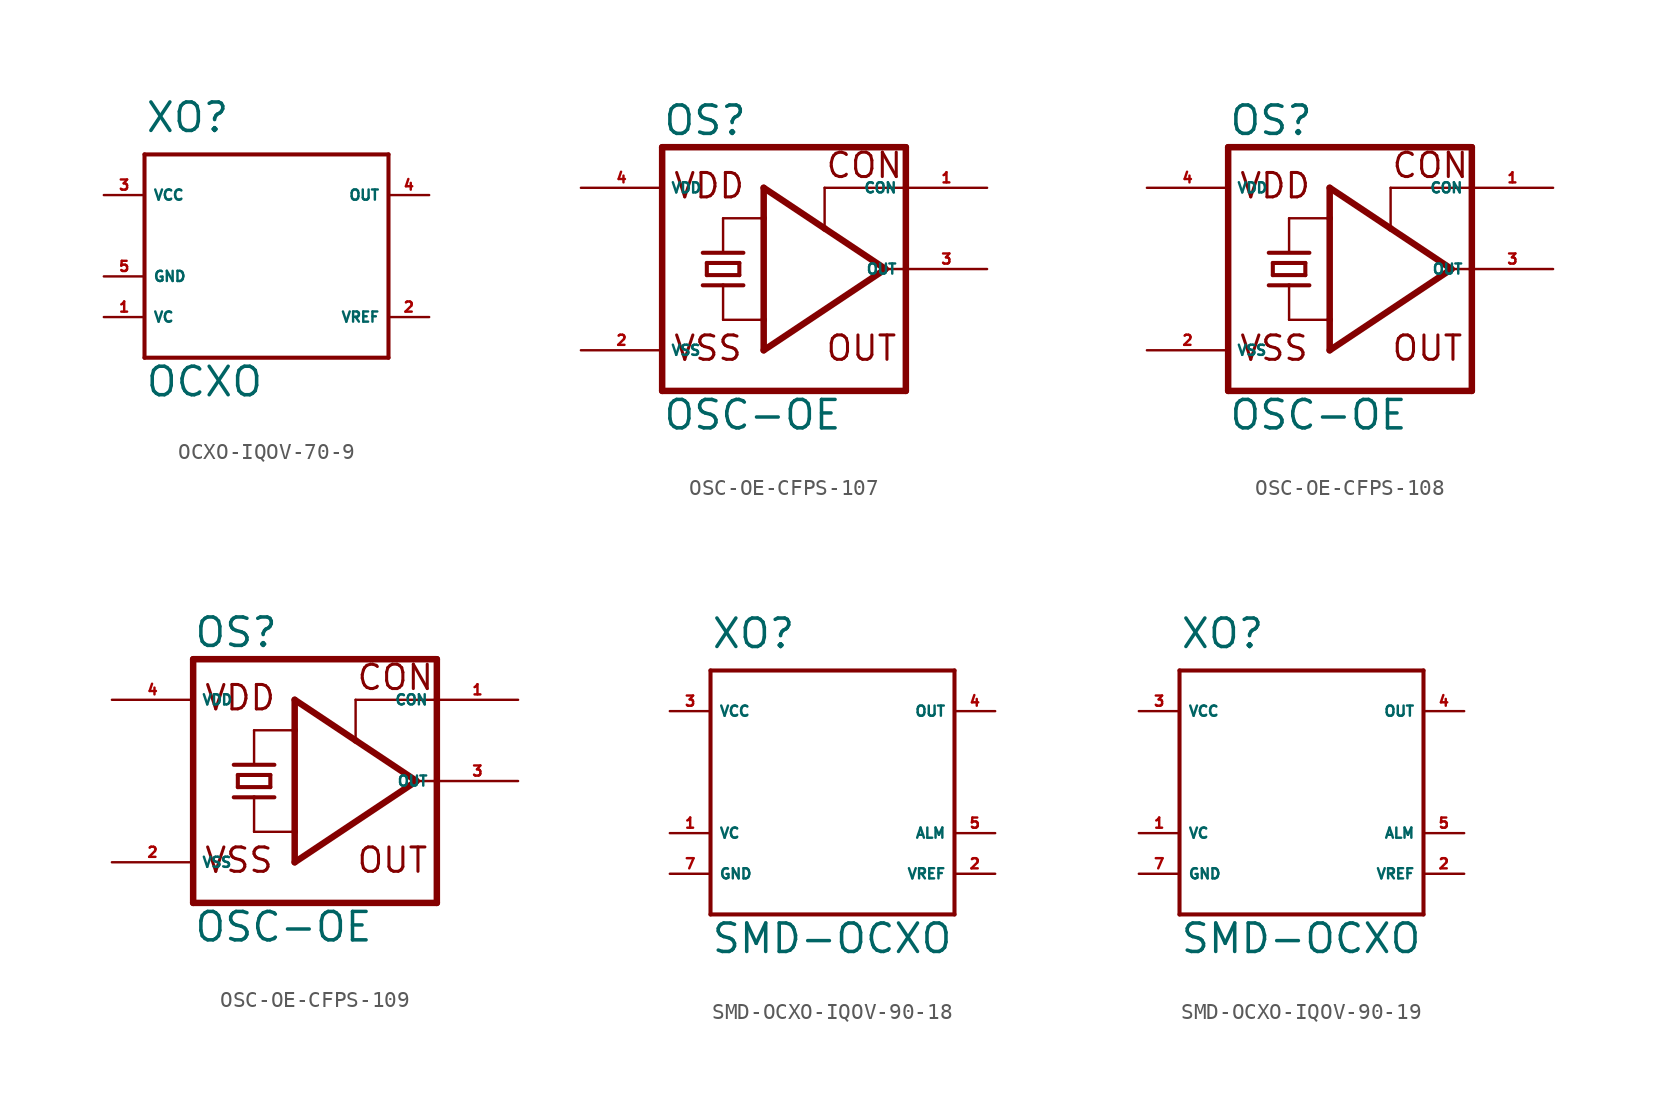
<source format=kicad_sym>
(kicad_symbol_lib
  (version 20220914)
  (generator Eagle2Kicad)
  (symbol "OCXO-IQOV-70-9"
    (property "Reference" "XO"
      (at -7.62 8.89 0)
      (effects (font (size 1.778 1.778) (thickness 0.22)) (justify left bottom)))
    (property "Value" "OCXO"
      (at -7.62 -7.62 0)
      (effects (font (size 1.778 1.778) (thickness 0.22)) (justify left bottom)))
    (polyline
      (pts (xy -7.62 7.62) (xy -7.62 -5.08))
      (stroke (width 0.254) (type default))
      (fill (type none)))
    (polyline
      (pts (xy -7.62 -5.08) (xy 7.62 -5.08))
      (stroke (width 0.254) (type default))
      (fill (type none)))
    (polyline
      (pts (xy 7.62 -5.08) (xy 7.62 7.62))
      (stroke (width 0.254) (type default))
      (fill (type none)))
    (polyline
      (pts (xy 7.62 7.62) (xy -7.62 7.62))
      (stroke (width 0.254) (type default))
      (fill (type none)))
    (pin unspecified line
      (at -10.16 5.08 0)
      (length 2.54)
      (name "VCC" (effects (font (size 0.635 0.635) (thickness 0.08)) (justify left bottom)))
      (number "3" (effects (font (size 0.635 0.635) (thickness 0.08)) (justify left bottom))))
    (pin unspecified line
      (at -10.16 0 0)
      (length 2.54)
      (name "GND" (effects (font (size 0.635 0.635) (thickness 0.08)) (justify left bottom)))
      (number "5" (effects (font (size 0.635 0.635) (thickness 0.08)) (justify left bottom))))
    (pin output line
      (at 10.16 5.08 180)
      (length 2.54)
      (name "OUT" (effects (font (size 0.635 0.635) (thickness 0.08)) (justify left bottom)))
      (number "4" (effects (font (size 0.635 0.635) (thickness 0.08)) (justify left bottom))))
    (pin input line
      (at -10.16 -2.54 0)
      (length 2.54)
      (name "VC" (effects (font (size 0.635 0.635) (thickness 0.08)) (justify left bottom)))
      (number "1" (effects (font (size 0.635 0.635) (thickness 0.08)) (justify left bottom))))
    (pin output line
      (at 10.16 -2.54 180)
      (length 2.54)
      (name "VREF" (effects (font (size 0.635 0.635) (thickness 0.08)) (justify left bottom)))
      (number "2" (effects (font (size 0.635 0.635) (thickness 0.08)) (justify left bottom)))))
  (symbol "OSC-OE-CFPS-107"
    (property "Reference" "OS"
      (at -7.62 8.255 0)
      (effects (font (size 1.778 1.778) (thickness 0.22)) (justify left bottom)))
    (property "Value" "OSC-OE"
      (at -7.62 -10.16 0)
      (effects (font (size 1.778 1.778) (thickness 0.22)) (justify left bottom)))
    (polyline
      (pts (xy -7.62 7.62) (xy -7.62 -7.62))
      (stroke (width 0.406) (type default))
      (fill (type none)))
    (polyline
      (pts (xy 7.62 -7.62) (xy -7.62 -7.62))
      (stroke (width 0.406) (type default))
      (fill (type none)))
    (polyline
      (pts (xy 7.62 -7.62) (xy 7.62 0))
      (stroke (width 0.406) (type default))
      (fill (type none)))
    (polyline
      (pts (xy 7.62 0) (xy 7.62 5.08))
      (stroke (width 0.406) (type default))
      (fill (type none)))
    (polyline
      (pts (xy 7.62 5.08) (xy 7.62 7.62))
      (stroke (width 0.406) (type default))
      (fill (type none)))
    (polyline
      (pts (xy -7.62 7.62) (xy 7.62 7.62))
      (stroke (width 0.406) (type default))
      (fill (type none)))
    (polyline
      (pts (xy -1.27 5.08) (xy 2.54 2.54))
      (stroke (width 0.406) (type default))
      (fill (type none)))
    (polyline
      (pts (xy 2.54 2.54) (xy 6.35 0))
      (stroke (width 0.406) (type default))
      (fill (type none)))
    (polyline
      (pts (xy 6.35 0) (xy -1.27 -5.08))
      (stroke (width 0.406) (type default))
      (fill (type none)))
    (polyline
      (pts (xy -1.27 -5.08) (xy -1.27 -3.175))
      (stroke (width 0.406) (type default))
      (fill (type none)))
    (polyline
      (pts (xy -1.27 -3.175) (xy -1.27 3.175))
      (stroke (width 0.406) (type default))
      (fill (type none)))
    (polyline
      (pts (xy -1.27 3.175) (xy -1.27 5.08))
      (stroke (width 0.406) (type default))
      (fill (type none)))
    (polyline
      (pts (xy -3.81 3.175) (xy -1.27 3.175))
      (stroke (width 0.152) (type default))
      (fill (type none)))
    (polyline
      (pts (xy -3.81 -3.175) (xy -1.27 -3.175))
      (stroke (width 0.152) (type default))
      (fill (type none)))
    (polyline
      (pts (xy 6.35 0) (xy 7.62 0))
      (stroke (width 0.152) (type default))
      (fill (type none)))
    (polyline
      (pts (xy 7.62 5.08) (xy 2.54 5.08))
      (stroke (width 0.152) (type default))
      (fill (type none)))
    (polyline
      (pts (xy 2.54 5.08) (xy 2.54 2.54))
      (stroke (width 0.152) (type default))
      (fill (type none)))
    (polyline
      (pts (xy -4.826 -0.381) (xy -4.826 0.381))
      (stroke (width 0.254) (type default))
      (fill (type none)))
    (polyline
      (pts (xy -4.826 0.381) (xy -2.794 0.381))
      (stroke (width 0.254) (type default))
      (fill (type none)))
    (polyline
      (pts (xy -2.794 0.381) (xy -2.794 -0.381))
      (stroke (width 0.254) (type default))
      (fill (type none)))
    (polyline
      (pts (xy -4.826 -0.381) (xy -2.794 -0.381))
      (stroke (width 0.254) (type default))
      (fill (type none)))
    (polyline
      (pts (xy -5.08 -1.016) (xy -3.81 -1.016))
      (stroke (width 0.254) (type default))
      (fill (type none)))
    (polyline
      (pts (xy -3.81 -1.016) (xy -2.54 -1.016))
      (stroke (width 0.254) (type default))
      (fill (type none)))
    (polyline
      (pts (xy -3.81 1.016) (xy -3.81 3.175))
      (stroke (width 0.152) (type default))
      (fill (type none)))
    (polyline
      (pts (xy -3.81 -3.175) (xy -3.81 -1.016))
      (stroke (width 0.152) (type default))
      (fill (type none)))
    (polyline
      (pts (xy -5.08 1.016) (xy -2.54 1.016))
      (stroke (width 0.254) (type default))
      (fill (type none)))
    (text "VDD"
      (at -6.985 4.318 0)
      (effects (font (size 1.524 1.524) (thickness 0.19)) (justify left bottom)))
    (text "VSS"
      (at -6.985 -5.842 0)
      (effects (font (size 1.524 1.524) (thickness 0.19)) (justify left bottom)))
    (text "OUT"
      (at 2.54 -5.842 0)
      (effects (font (size 1.524 1.524) (thickness 0.19)) (justify left bottom)))
    (text "CON"
      (at 2.54 5.588 0)
      (effects (font (size 1.524 1.524) (thickness 0.19)) (justify left bottom)))
    (pin unspecified line
      (at -12.7 -5.08 0)
      (length 5.08)
      (name "VSS" (effects (font (size 0.635 0.635) (thickness 0.08)) (justify left bottom)))
      (number "2" (effects (font (size 0.635 0.635) (thickness 0.08)) (justify left bottom))))
    (pin unspecified line
      (at -12.7 5.08 0)
      (length 5.08)
      (name "VDD" (effects (font (size 0.635 0.635) (thickness 0.08)) (justify left bottom)))
      (number "4" (effects (font (size 0.635 0.635) (thickness 0.08)) (justify left bottom))))
    (pin output line
      (at 12.7 0 180)
      (length 5.08)
      (name "OUT" (effects (font (size 0.635 0.635) (thickness 0.08)) (justify left bottom)))
      (number "3" (effects (font (size 0.635 0.635) (thickness 0.08)) (justify left bottom))))
    (pin input line
      (at 12.7 5.08 180)
      (length 5.08)
      (name "CON" (effects (font (size 0.635 0.635) (thickness 0.08)) (justify left bottom)))
      (number "1" (effects (font (size 0.635 0.635) (thickness 0.08)) (justify left bottom)))))
  (symbol "OSC-OE-CFPS-108"
    (property "Reference" "OS"
      (at -7.62 8.255 0)
      (effects (font (size 1.778 1.778) (thickness 0.22)) (justify left bottom)))
    (property "Value" "OSC-OE"
      (at -7.62 -10.16 0)
      (effects (font (size 1.778 1.778) (thickness 0.22)) (justify left bottom)))
    (polyline
      (pts (xy -7.62 7.62) (xy -7.62 -7.62))
      (stroke (width 0.406) (type default))
      (fill (type none)))
    (polyline
      (pts (xy 7.62 -7.62) (xy -7.62 -7.62))
      (stroke (width 0.406) (type default))
      (fill (type none)))
    (polyline
      (pts (xy 7.62 -7.62) (xy 7.62 0))
      (stroke (width 0.406) (type default))
      (fill (type none)))
    (polyline
      (pts (xy 7.62 0) (xy 7.62 5.08))
      (stroke (width 0.406) (type default))
      (fill (type none)))
    (polyline
      (pts (xy 7.62 5.08) (xy 7.62 7.62))
      (stroke (width 0.406) (type default))
      (fill (type none)))
    (polyline
      (pts (xy -7.62 7.62) (xy 7.62 7.62))
      (stroke (width 0.406) (type default))
      (fill (type none)))
    (polyline
      (pts (xy -1.27 5.08) (xy 2.54 2.54))
      (stroke (width 0.406) (type default))
      (fill (type none)))
    (polyline
      (pts (xy 2.54 2.54) (xy 6.35 0))
      (stroke (width 0.406) (type default))
      (fill (type none)))
    (polyline
      (pts (xy 6.35 0) (xy -1.27 -5.08))
      (stroke (width 0.406) (type default))
      (fill (type none)))
    (polyline
      (pts (xy -1.27 -5.08) (xy -1.27 -3.175))
      (stroke (width 0.406) (type default))
      (fill (type none)))
    (polyline
      (pts (xy -1.27 -3.175) (xy -1.27 3.175))
      (stroke (width 0.406) (type default))
      (fill (type none)))
    (polyline
      (pts (xy -1.27 3.175) (xy -1.27 5.08))
      (stroke (width 0.406) (type default))
      (fill (type none)))
    (polyline
      (pts (xy -3.81 3.175) (xy -1.27 3.175))
      (stroke (width 0.152) (type default))
      (fill (type none)))
    (polyline
      (pts (xy -3.81 -3.175) (xy -1.27 -3.175))
      (stroke (width 0.152) (type default))
      (fill (type none)))
    (polyline
      (pts (xy 6.35 0) (xy 7.62 0))
      (stroke (width 0.152) (type default))
      (fill (type none)))
    (polyline
      (pts (xy 7.62 5.08) (xy 2.54 5.08))
      (stroke (width 0.152) (type default))
      (fill (type none)))
    (polyline
      (pts (xy 2.54 5.08) (xy 2.54 2.54))
      (stroke (width 0.152) (type default))
      (fill (type none)))
    (polyline
      (pts (xy -4.826 -0.381) (xy -4.826 0.381))
      (stroke (width 0.254) (type default))
      (fill (type none)))
    (polyline
      (pts (xy -4.826 0.381) (xy -2.794 0.381))
      (stroke (width 0.254) (type default))
      (fill (type none)))
    (polyline
      (pts (xy -2.794 0.381) (xy -2.794 -0.381))
      (stroke (width 0.254) (type default))
      (fill (type none)))
    (polyline
      (pts (xy -4.826 -0.381) (xy -2.794 -0.381))
      (stroke (width 0.254) (type default))
      (fill (type none)))
    (polyline
      (pts (xy -5.08 -1.016) (xy -3.81 -1.016))
      (stroke (width 0.254) (type default))
      (fill (type none)))
    (polyline
      (pts (xy -3.81 -1.016) (xy -2.54 -1.016))
      (stroke (width 0.254) (type default))
      (fill (type none)))
    (polyline
      (pts (xy -3.81 1.016) (xy -3.81 3.175))
      (stroke (width 0.152) (type default))
      (fill (type none)))
    (polyline
      (pts (xy -3.81 -3.175) (xy -3.81 -1.016))
      (stroke (width 0.152) (type default))
      (fill (type none)))
    (polyline
      (pts (xy -5.08 1.016) (xy -2.54 1.016))
      (stroke (width 0.254) (type default))
      (fill (type none)))
    (text "VDD"
      (at -6.985 4.318 0)
      (effects (font (size 1.524 1.524) (thickness 0.19)) (justify left bottom)))
    (text "VSS"
      (at -6.985 -5.842 0)
      (effects (font (size 1.524 1.524) (thickness 0.19)) (justify left bottom)))
    (text "OUT"
      (at 2.54 -5.842 0)
      (effects (font (size 1.524 1.524) (thickness 0.19)) (justify left bottom)))
    (text "CON"
      (at 2.54 5.588 0)
      (effects (font (size 1.524 1.524) (thickness 0.19)) (justify left bottom)))
    (pin unspecified line
      (at -12.7 -5.08 0)
      (length 5.08)
      (name "VSS" (effects (font (size 0.635 0.635) (thickness 0.08)) (justify left bottom)))
      (number "2" (effects (font (size 0.635 0.635) (thickness 0.08)) (justify left bottom))))
    (pin unspecified line
      (at -12.7 5.08 0)
      (length 5.08)
      (name "VDD" (effects (font (size 0.635 0.635) (thickness 0.08)) (justify left bottom)))
      (number "4" (effects (font (size 0.635 0.635) (thickness 0.08)) (justify left bottom))))
    (pin output line
      (at 12.7 0 180)
      (length 5.08)
      (name "OUT" (effects (font (size 0.635 0.635) (thickness 0.08)) (justify left bottom)))
      (number "3" (effects (font (size 0.635 0.635) (thickness 0.08)) (justify left bottom))))
    (pin input line
      (at 12.7 5.08 180)
      (length 5.08)
      (name "CON" (effects (font (size 0.635 0.635) (thickness 0.08)) (justify left bottom)))
      (number "1" (effects (font (size 0.635 0.635) (thickness 0.08)) (justify left bottom)))))
  (symbol "OSC-OE-CFPS-109"
    (property "Reference" "OS"
      (at -7.62 8.255 0)
      (effects (font (size 1.778 1.778) (thickness 0.22)) (justify left bottom)))
    (property "Value" "OSC-OE"
      (at -7.62 -10.16 0)
      (effects (font (size 1.778 1.778) (thickness 0.22)) (justify left bottom)))
    (polyline
      (pts (xy -7.62 7.62) (xy -7.62 -7.62))
      (stroke (width 0.406) (type default))
      (fill (type none)))
    (polyline
      (pts (xy 7.62 -7.62) (xy -7.62 -7.62))
      (stroke (width 0.406) (type default))
      (fill (type none)))
    (polyline
      (pts (xy 7.62 -7.62) (xy 7.62 0))
      (stroke (width 0.406) (type default))
      (fill (type none)))
    (polyline
      (pts (xy 7.62 0) (xy 7.62 5.08))
      (stroke (width 0.406) (type default))
      (fill (type none)))
    (polyline
      (pts (xy 7.62 5.08) (xy 7.62 7.62))
      (stroke (width 0.406) (type default))
      (fill (type none)))
    (polyline
      (pts (xy -7.62 7.62) (xy 7.62 7.62))
      (stroke (width 0.406) (type default))
      (fill (type none)))
    (polyline
      (pts (xy -1.27 5.08) (xy 2.54 2.54))
      (stroke (width 0.406) (type default))
      (fill (type none)))
    (polyline
      (pts (xy 2.54 2.54) (xy 6.35 0))
      (stroke (width 0.406) (type default))
      (fill (type none)))
    (polyline
      (pts (xy 6.35 0) (xy -1.27 -5.08))
      (stroke (width 0.406) (type default))
      (fill (type none)))
    (polyline
      (pts (xy -1.27 -5.08) (xy -1.27 -3.175))
      (stroke (width 0.406) (type default))
      (fill (type none)))
    (polyline
      (pts (xy -1.27 -3.175) (xy -1.27 3.175))
      (stroke (width 0.406) (type default))
      (fill (type none)))
    (polyline
      (pts (xy -1.27 3.175) (xy -1.27 5.08))
      (stroke (width 0.406) (type default))
      (fill (type none)))
    (polyline
      (pts (xy -3.81 3.175) (xy -1.27 3.175))
      (stroke (width 0.152) (type default))
      (fill (type none)))
    (polyline
      (pts (xy -3.81 -3.175) (xy -1.27 -3.175))
      (stroke (width 0.152) (type default))
      (fill (type none)))
    (polyline
      (pts (xy 6.35 0) (xy 7.62 0))
      (stroke (width 0.152) (type default))
      (fill (type none)))
    (polyline
      (pts (xy 7.62 5.08) (xy 2.54 5.08))
      (stroke (width 0.152) (type default))
      (fill (type none)))
    (polyline
      (pts (xy 2.54 5.08) (xy 2.54 2.54))
      (stroke (width 0.152) (type default))
      (fill (type none)))
    (polyline
      (pts (xy -4.826 -0.381) (xy -4.826 0.381))
      (stroke (width 0.254) (type default))
      (fill (type none)))
    (polyline
      (pts (xy -4.826 0.381) (xy -2.794 0.381))
      (stroke (width 0.254) (type default))
      (fill (type none)))
    (polyline
      (pts (xy -2.794 0.381) (xy -2.794 -0.381))
      (stroke (width 0.254) (type default))
      (fill (type none)))
    (polyline
      (pts (xy -4.826 -0.381) (xy -2.794 -0.381))
      (stroke (width 0.254) (type default))
      (fill (type none)))
    (polyline
      (pts (xy -5.08 -1.016) (xy -3.81 -1.016))
      (stroke (width 0.254) (type default))
      (fill (type none)))
    (polyline
      (pts (xy -3.81 -1.016) (xy -2.54 -1.016))
      (stroke (width 0.254) (type default))
      (fill (type none)))
    (polyline
      (pts (xy -3.81 1.016) (xy -3.81 3.175))
      (stroke (width 0.152) (type default))
      (fill (type none)))
    (polyline
      (pts (xy -3.81 -3.175) (xy -3.81 -1.016))
      (stroke (width 0.152) (type default))
      (fill (type none)))
    (polyline
      (pts (xy -5.08 1.016) (xy -2.54 1.016))
      (stroke (width 0.254) (type default))
      (fill (type none)))
    (text "VDD"
      (at -6.985 4.318 0)
      (effects (font (size 1.524 1.524) (thickness 0.19)) (justify left bottom)))
    (text "VSS"
      (at -6.985 -5.842 0)
      (effects (font (size 1.524 1.524) (thickness 0.19)) (justify left bottom)))
    (text "OUT"
      (at 2.54 -5.842 0)
      (effects (font (size 1.524 1.524) (thickness 0.19)) (justify left bottom)))
    (text "CON"
      (at 2.54 5.588 0)
      (effects (font (size 1.524 1.524) (thickness 0.19)) (justify left bottom)))
    (pin unspecified line
      (at -12.7 -5.08 0)
      (length 5.08)
      (name "VSS" (effects (font (size 0.635 0.635) (thickness 0.08)) (justify left bottom)))
      (number "2" (effects (font (size 0.635 0.635) (thickness 0.08)) (justify left bottom))))
    (pin unspecified line
      (at -12.7 5.08 0)
      (length 5.08)
      (name "VDD" (effects (font (size 0.635 0.635) (thickness 0.08)) (justify left bottom)))
      (number "4" (effects (font (size 0.635 0.635) (thickness 0.08)) (justify left bottom))))
    (pin output line
      (at 12.7 0 180)
      (length 5.08)
      (name "OUT" (effects (font (size 0.635 0.635) (thickness 0.08)) (justify left bottom)))
      (number "3" (effects (font (size 0.635 0.635) (thickness 0.08)) (justify left bottom))))
    (pin input line
      (at 12.7 5.08 180)
      (length 5.08)
      (name "CON" (effects (font (size 0.635 0.635) (thickness 0.08)) (justify left bottom)))
      (number "1" (effects (font (size 0.635 0.635) (thickness 0.08)) (justify left bottom)))))
  (symbol "SMD-OCXO-IQOV-90-18"
    (property "Reference" "XO"
      (at -7.62 6.35 0)
      (effects (font (size 1.778 1.778) (thickness 0.22)) (justify left bottom)))
    (property "Value" "SMD-OCXO"
      (at -7.62 -12.7 0)
      (effects (font (size 1.778 1.778) (thickness 0.22)) (justify left bottom)))
    (polyline
      (pts (xy -7.62 5.08) (xy -7.62 -10.16))
      (stroke (width 0.254) (type default))
      (fill (type none)))
    (polyline
      (pts (xy -7.62 -10.16) (xy 7.62 -10.16))
      (stroke (width 0.254) (type default))
      (fill (type none)))
    (polyline
      (pts (xy 7.62 -10.16) (xy 7.62 5.08))
      (stroke (width 0.254) (type default))
      (fill (type none)))
    (polyline
      (pts (xy 7.62 5.08) (xy -7.62 5.08))
      (stroke (width 0.254) (type default))
      (fill (type none)))
    (pin unspecified line
      (at -10.16 2.54 0)
      (length 2.54)
      (name "VCC" (effects (font (size 0.635 0.635) (thickness 0.08)) (justify left bottom)))
      (number "3" (effects (font (size 0.635 0.635) (thickness 0.08)) (justify left bottom))))
    (pin output line
      (at 10.16 -7.62 180)
      (length 2.54)
      (name "VREF" (effects (font (size 0.635 0.635) (thickness 0.08)) (justify left bottom)))
      (number "2" (effects (font (size 0.635 0.635) (thickness 0.08)) (justify left bottom))))
    (pin output line
      (at 10.16 2.54 180)
      (length 2.54)
      (name "OUT" (effects (font (size 0.635 0.635) (thickness 0.08)) (justify left bottom)))
      (number "4" (effects (font (size 0.635 0.635) (thickness 0.08)) (justify left bottom))))
    (pin input line
      (at -10.16 -5.08 0)
      (length 2.54)
      (name "VC" (effects (font (size 0.635 0.635) (thickness 0.08)) (justify left bottom)))
      (number "1" (effects (font (size 0.635 0.635) (thickness 0.08)) (justify left bottom))))
    (pin unspecified line
      (at -10.16 -7.62 0)
      (length 2.54)
      (name "GND" (effects (font (size 0.635 0.635) (thickness 0.08)) (justify left bottom)))
      (number "7" (effects (font (size 0.635 0.635) (thickness 0.08)) (justify left bottom))))
    (pin output line
      (at 10.16 -5.08 180)
      (length 2.54)
      (name "ALM" (effects (font (size 0.635 0.635) (thickness 0.08)) (justify left bottom)))
      (number "5" (effects (font (size 0.635 0.635) (thickness 0.08)) (justify left bottom)))))
  (symbol "SMD-OCXO-IQOV-90-19"
    (property "Reference" "XO"
      (at -7.62 6.35 0)
      (effects (font (size 1.778 1.778) (thickness 0.22)) (justify left bottom)))
    (property "Value" "SMD-OCXO"
      (at -7.62 -12.7 0)
      (effects (font (size 1.778 1.778) (thickness 0.22)) (justify left bottom)))
    (polyline
      (pts (xy -7.62 5.08) (xy -7.62 -10.16))
      (stroke (width 0.254) (type default))
      (fill (type none)))
    (polyline
      (pts (xy -7.62 -10.16) (xy 7.62 -10.16))
      (stroke (width 0.254) (type default))
      (fill (type none)))
    (polyline
      (pts (xy 7.62 -10.16) (xy 7.62 5.08))
      (stroke (width 0.254) (type default))
      (fill (type none)))
    (polyline
      (pts (xy 7.62 5.08) (xy -7.62 5.08))
      (stroke (width 0.254) (type default))
      (fill (type none)))
    (pin unspecified line
      (at -10.16 2.54 0)
      (length 2.54)
      (name "VCC" (effects (font (size 0.635 0.635) (thickness 0.08)) (justify left bottom)))
      (number "3" (effects (font (size 0.635 0.635) (thickness 0.08)) (justify left bottom))))
    (pin output line
      (at 10.16 -7.62 180)
      (length 2.54)
      (name "VREF" (effects (font (size 0.635 0.635) (thickness 0.08)) (justify left bottom)))
      (number "2" (effects (font (size 0.635 0.635) (thickness 0.08)) (justify left bottom))))
    (pin output line
      (at 10.16 2.54 180)
      (length 2.54)
      (name "OUT" (effects (font (size 0.635 0.635) (thickness 0.08)) (justify left bottom)))
      (number "4" (effects (font (size 0.635 0.635) (thickness 0.08)) (justify left bottom))))
    (pin input line
      (at -10.16 -5.08 0)
      (length 2.54)
      (name "VC" (effects (font (size 0.635 0.635) (thickness 0.08)) (justify left bottom)))
      (number "1" (effects (font (size 0.635 0.635) (thickness 0.08)) (justify left bottom))))
    (pin unspecified line
      (at -10.16 -7.62 0)
      (length 2.54)
      (name "GND" (effects (font (size 0.635 0.635) (thickness 0.08)) (justify left bottom)))
      (number "7" (effects (font (size 0.635 0.635) (thickness 0.08)) (justify left bottom))))
    (pin output line
      (at 10.16 -5.08 180)
      (length 2.54)
      (name "ALM" (effects (font (size 0.635 0.635) (thickness 0.08)) (justify left bottom)))
      (number "5" (effects (font (size 0.635 0.635) (thickness 0.08)) (justify left bottom))))))
</source>
